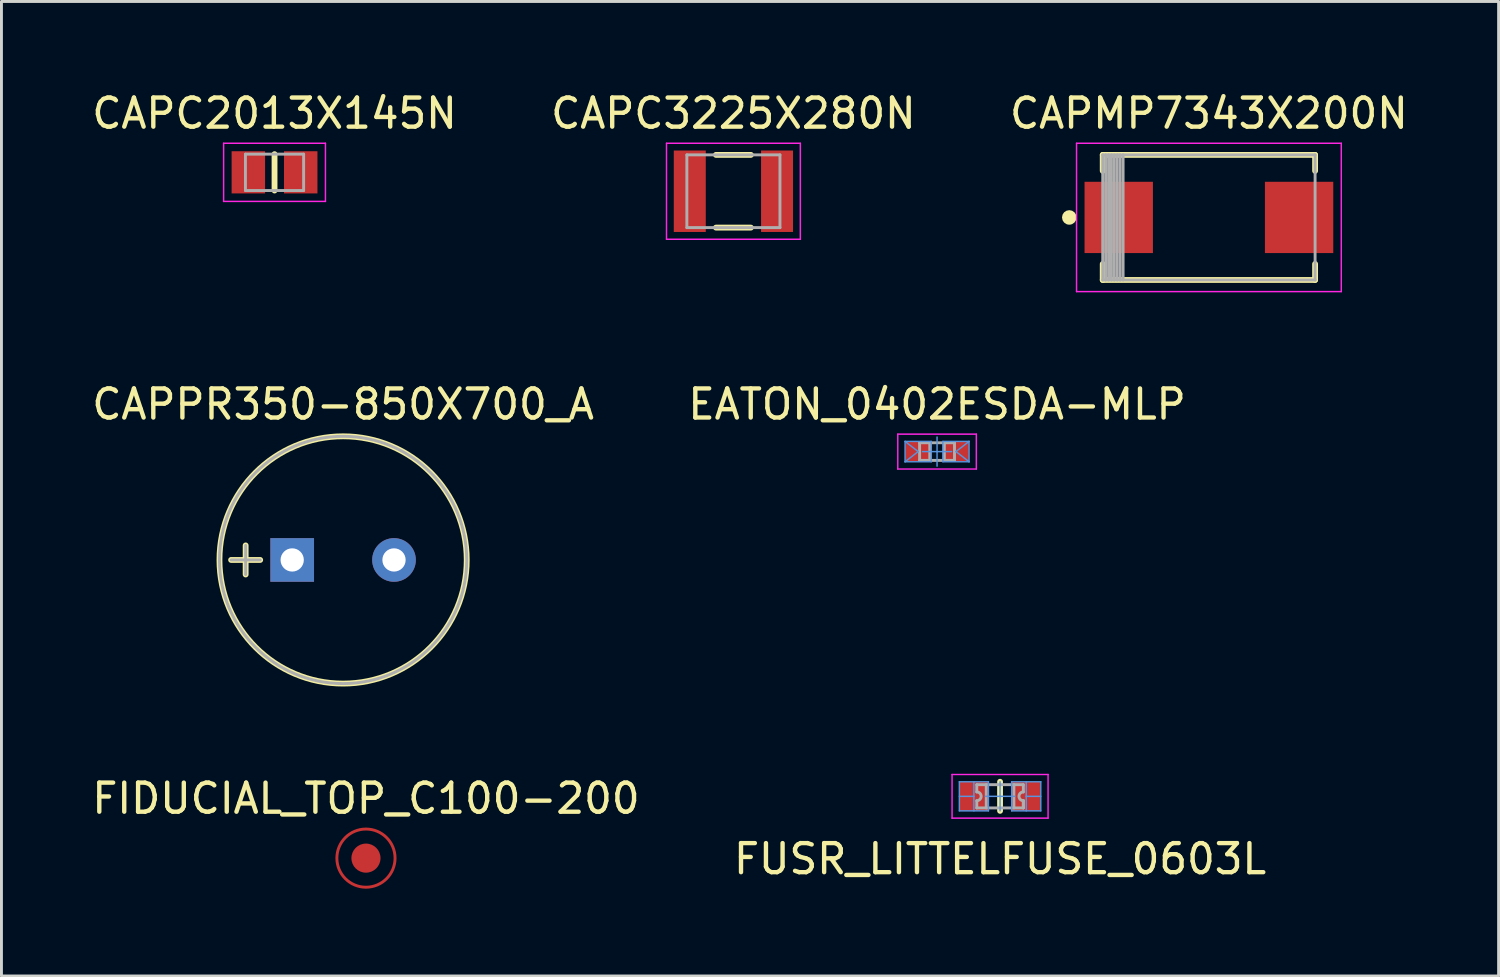
<source format=kicad_pcb>
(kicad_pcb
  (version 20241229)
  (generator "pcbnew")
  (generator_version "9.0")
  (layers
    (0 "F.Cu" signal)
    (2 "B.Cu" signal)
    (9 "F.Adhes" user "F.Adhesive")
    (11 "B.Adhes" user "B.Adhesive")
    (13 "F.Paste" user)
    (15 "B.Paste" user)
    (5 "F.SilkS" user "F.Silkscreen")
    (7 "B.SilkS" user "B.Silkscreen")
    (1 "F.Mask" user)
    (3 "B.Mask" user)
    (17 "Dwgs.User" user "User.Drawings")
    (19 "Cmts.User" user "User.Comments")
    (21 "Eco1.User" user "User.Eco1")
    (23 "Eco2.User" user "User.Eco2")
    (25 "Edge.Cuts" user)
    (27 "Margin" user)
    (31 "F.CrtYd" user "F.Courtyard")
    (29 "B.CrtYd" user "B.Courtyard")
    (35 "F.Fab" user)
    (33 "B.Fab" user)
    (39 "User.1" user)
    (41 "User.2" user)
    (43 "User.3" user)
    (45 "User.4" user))
  (footprint "CAPC2013X145N"
    (layer "F.Cu")
    (at 6.387 2.874)
    (property "Reference" "CAPC2013X145N" (at 0 -2.026 0) (layer "F.SilkS") (effects (font (size 1 1) (thickness 0.15))))
    (attr smd)
    (fp_line (start 0 0.625) (end 0 -0.625) (stroke (width 0.2) (type solid)) (layer "F.SilkS"))
    (fp_line (start -1.75 -1) (end 1.75 -1) (stroke (width 0.05) (type solid)) (layer "F.CrtYd"))
    (fp_line (start -1.75 1) (end -1.75 -1) (stroke (width 0.05) (type solid)) (layer "F.CrtYd"))
    (fp_line (start -1.75 1) (end 1.75 1) (stroke (width 0.05) (type solid)) (layer "F.CrtYd"))
    (fp_line (start 1.75 1) (end 1.75 -1) (stroke (width 0.05) (type solid)) (layer "F.CrtYd"))
    (fp_line (start -1 -0.625) (end 1 -0.625) (stroke (width 0.1) (type solid)) (layer "F.Fab"))
    (fp_line (start -1 0.625) (end -1 -0.625) (stroke (width 0.1) (type solid)) (layer "F.Fab"))
    (fp_line (start -1 0.625) (end 1 0.625) (stroke (width 0.1) (type solid)) (layer "F.Fab"))
    (fp_line (start 1 0.625) (end 1 -0.625) (stroke (width 0.1) (type solid)) (layer "F.Fab"))
    (pad "1" smd rect (at -0.9 0 270) (size 1.45 1.15) (layers "F.Cu" "F.Mask" "F.Paste"))
    (pad "2" smd rect (at 0.9 0 270) (size 1.45 1.15) (layers "F.Cu" "F.Mask" "F.Paste")))
  (footprint "FIDUCIAL_TOP_C100-200"
    (layer "F.Cu")
    (at 9.53 26.448)
    (property "Reference" "FIDUCIAL_TOP_C100-200" (at 0 -2.051 0) (layer "F.SilkS") (effects (font (size 1 1) (thickness 0.15))))
    (attr smd)
    (fp_circle (center 0 0) (end 1 0) (stroke (width 0.1) (type solid)) (fill no) (layer "F.Cu"))
    (pad "FTG2" smd circle (at 0 0 180) (size 1 1) (layers "F.Cu" "F.Mask" "F.Paste")))
  (footprint "CAPC3225X280N"
    (layer "F.Cu")
    (at 22.161 3.524)
    (property "Reference" "CAPC3225X280N" (at 0 -2.676 180) (layer "F.SilkS") (effects (font (size 1 1) (thickness 0.15))))
    (attr smd)
    (fp_line (start -0.6 -1.25) (end 0.6 -1.25) (stroke (width 0.2) (type solid)) (layer "F.SilkS"))
    (fp_line (start -0.6 1.25) (end 0.6 1.25) (stroke (width 0.2) (type solid)) (layer "F.SilkS"))
    (fp_line (start -2.3 -1.65) (end 2.3 -1.65) (stroke (width 0.05) (type solid)) (layer "F.CrtYd"))
    (fp_line (start -2.3 1.65) (end -2.3 -1.65) (stroke (width 0.05) (type solid)) (layer "F.CrtYd"))
    (fp_line (start -2.3 1.65) (end 2.3 1.65) (stroke (width 0.05) (type solid)) (layer "F.CrtYd"))
    (fp_line (start 2.3 1.65) (end 2.3 -1.65) (stroke (width 0.05) (type solid)) (layer "F.CrtYd"))
    (fp_line (start -1.6 -1.25) (end 1.6 -1.25) (stroke (width 0.1) (type solid)) (layer "F.Fab"))
    (fp_line (start -1.6 1.25) (end -1.6 -1.25) (stroke (width 0.1) (type solid)) (layer "F.Fab"))
    (fp_line (start -1.6 1.25) (end 1.6 1.25) (stroke (width 0.1) (type solid)) (layer "F.Fab"))
    (fp_line (start 1.6 1.25) (end 1.6 -1.25) (stroke (width 0.1) (type solid)) (layer "F.Fab"))
    (pad "1" smd rect (at -1.5 0) (size 1.1 2.8) (layers "F.Cu" "F.Mask" "F.Paste"))
    (pad "2" smd rect (at 1.5 0) (size 1.1 2.8) (layers "F.Cu" "F.Mask" "F.Paste")))
  (footprint "EATON_0402ESDA-MLP"
    (layer "F.Cu")
    (at 29.161 12.473)
    (property "Reference" "EATON_0402ESDA-MLP" (at 0 -1.626 180) (layer "F.SilkS") (effects (font (size 1 1) (thickness 0.15))))
    (attr smd)
    (fp_line (start -1.1 -0.35) (end -0.65 0) (stroke (width 0.05) (type solid)) (layer "Cmts.User"))
    (fp_line (start -1.1 -0.35) (end -0.2 -0.35) (stroke (width 0.05) (type solid)) (layer "Cmts.User"))
    (fp_line (start -1.1 0.35) (end -1.1 -0.35) (stroke (width 0.05) (type solid)) (layer "Cmts.User"))
    (fp_line (start -1.1 0.35) (end -0.65 0) (stroke (width 0.05) (type solid)) (layer "Cmts.User"))
    (fp_line (start -1.1 0.35) (end -0.2 0.35) (stroke (width 0.05) (type solid)) (layer "Cmts.User"))
    (fp_line (start -0.5 0) (end 0 0) (stroke (width 0.05) (type solid)) (layer "Cmts.User"))
    (fp_line (start -0.2 0.35) (end -0.2 -0.35) (stroke (width 0.05) (type solid)) (layer "Cmts.User"))
    (fp_line (start 0 0) (end 0 -0.5) (stroke (width 0.05) (type solid)) (layer "Cmts.User"))
    (fp_line (start 0 0) (end 0.5 0) (stroke (width 0.05) (type solid)) (layer "Cmts.User"))
    (fp_line (start 0 0.5) (end 0 0) (stroke (width 0.05) (type solid)) (layer "Cmts.User"))
    (fp_line (start 0.2 -0.35) (end 1.1 -0.35) (stroke (width 0.05) (type solid)) (layer "Cmts.User"))
    (fp_line (start 0.2 0.35) (end 0.2 -0.35) (stroke (width 0.05) (type solid)) (layer "Cmts.User"))
    (fp_line (start 0.2 0.35) (end 1.1 0.35) (stroke (width 0.05) (type solid)) (layer "Cmts.User"))
    (fp_line (start 0.65 0) (end 1.1 -0.35) (stroke (width 0.05) (type solid)) (layer "Cmts.User"))
    (fp_line (start 0.65 0) (end 1.1 0.35) (stroke (width 0.05) (type solid)) (layer "Cmts.User"))
    (fp_line (start 1.1 0.35) (end 1.1 -0.35) (stroke (width 0.05) (type solid)) (layer "Cmts.User"))
    (fp_line (start -1.35 -0.6) (end 1.35 -0.6) (stroke (width 0.05) (type solid)) (layer "F.CrtYd"))
    (fp_line (start -1.35 0.6) (end -1.35 -0.6) (stroke (width 0.05) (type solid)) (layer "F.CrtYd"))
    (fp_line (start -1.35 0.6) (end 1.35 0.6) (stroke (width 0.05) (type solid)) (layer "F.CrtYd"))
    (fp_line (start 1.35 0.6) (end 1.35 -0.6) (stroke (width 0.05) (type solid)) (layer "F.CrtYd"))
    (fp_line (start -0.6 -0.303) (end 0.6 -0.303) (stroke (width 0.1) (type solid)) (layer "F.Fab"))
    (fp_line (start -0.6 0.303) (end -0.6 -0.303) (stroke (width 0.1) (type solid)) (layer "F.Fab"))
    (fp_line (start -0.6 0.303) (end 0.6 0.303) (stroke (width 0.1) (type solid)) (layer "F.Fab"))
    (fp_line (start -0.25 0.303) (end -0.25 -0.303) (stroke (width 0.1) (type solid)) (layer "F.Fab"))
    (fp_line (start 0.25 0.303) (end 0.25 -0.303) (stroke (width 0.1) (type solid)) (layer "F.Fab"))
    (fp_line (start 0.6 0.303) (end 0.6 -0.303) (stroke (width 0.1) (type solid)) (layer "F.Fab"))
    (pad "1" smd rect (at -0.65 0) (size 0.9 0.7) (layers "F.Cu" "F.Mask" "F.Paste"))
    (pad "2" smd rect (at 0.65 0) (size 0.9 0.7) (layers "F.Cu" "F.Mask" "F.Paste")))
  (footprint "CAPMP7343X200N"
    (layer "F.Cu")
    (at 38.506 4.424)
    (property "Reference" "CAPMP7343X200N" (at 0 -3.576 180) (layer "F.SilkS") (effects (font (size 1 1) (thickness 0.15))))
    (attr smd)
    (fp_line (start -3.65 -2.15) (end 3.65 -2.15) (stroke (width 0.2) (type solid)) (layer "F.SilkS"))
    (fp_line (start -3.65 -1.6) (end -3.65 -2.15) (stroke (width 0.2) (type solid)) (layer "F.SilkS"))
    (fp_line (start -3.65 2.15) (end -3.65 1.6) (stroke (width 0.2) (type solid)) (layer "F.SilkS"))
    (fp_line (start -3.65 2.15) (end 3.65 2.15) (stroke (width 0.2) (type solid)) (layer "F.SilkS"))
    (fp_line (start 3.65 -1.6) (end 3.65 -2.15) (stroke (width 0.2) (type solid)) (layer "F.SilkS"))
    (fp_line (start 3.65 2.15) (end 3.65 1.6) (stroke (width 0.2) (type solid)) (layer "F.SilkS"))
    (fp_circle (center -4.8 0) (end -4.675 0) (stroke (width 0.25) (type solid)) (fill no) (layer "F.SilkS"))
    (fp_line (start -4.55 -2.55) (end 4.55 -2.55) (stroke (width 0.05) (type solid)) (layer "F.CrtYd"))
    (fp_line (start -4.55 2.55) (end -4.55 -2.55) (stroke (width 0.05) (type solid)) (layer "F.CrtYd"))
    (fp_line (start -4.55 2.55) (end 4.55 2.55) (stroke (width 0.05) (type solid)) (layer "F.CrtYd"))
    (fp_line (start 4.55 2.55) (end 4.55 -2.55) (stroke (width 0.05) (type solid)) (layer "F.CrtYd"))
    (fp_line (start -3.65 -2.15) (end 3.65 -2.15) (stroke (width 0.1) (type solid)) (layer "F.Fab"))
    (fp_line (start -3.65 2.15) (end -3.65 -2.15) (stroke (width 0.1) (type solid)) (layer "F.Fab"))
    (fp_line (start -3.65 2.15) (end 3.65 2.15) (stroke (width 0.1) (type solid)) (layer "F.Fab"))
    (fp_line (start -3.55 2.15) (end -3.55 -2.15) (stroke (width 0.1) (type solid)) (layer "F.Fab"))
    (fp_line (start -3.45 2.15) (end -3.45 -2.15) (stroke (width 0.1) (type solid)) (layer "F.Fab"))
    (fp_line (start -3.35 2.15) (end -3.35 -2.15) (stroke (width 0.1) (type solid)) (layer "F.Fab"))
    (fp_line (start -3.25 2.15) (end -3.25 -2.15) (stroke (width 0.1) (type solid)) (layer "F.Fab"))
    (fp_line (start -3.15 2.15) (end -3.15 -2.15) (stroke (width 0.1) (type solid)) (layer "F.Fab"))
    (fp_line (start -3.05 2.15) (end -3.05 -2.15) (stroke (width 0.1) (type solid)) (layer "F.Fab"))
    (fp_line (start -2.95 2.15) (end -2.95 -2.15) (stroke (width 0.1) (type solid)) (layer "F.Fab"))
    (fp_line (start 3.65 2.15) (end 3.65 -2.15) (stroke (width 0.1) (type solid)) (layer "F.Fab"))
    (pad "1" smd rect (at -3.1 0 90) (size 2.45 2.35) (layers "F.Cu" "F.Mask" "F.Paste"))
    (pad "2" smd rect (at 3.1 0 90) (size 2.45 2.35) (layers "F.Cu" "F.Mask" "F.Paste")))
  (footprint "CAPPR350-850X700_A"
    (layer "F.Cu")
    (at 8.744 16.198)
    (property "Reference" "CAPPR350-850X700_A" (at 0 -5.351 0) (layer "F.SilkS") (effects (font (size 1 1) (thickness 0.15))))
    (attr through_hole)
    (fp_line (start -3.85 0) (end -2.85 0) (stroke (width 0.2) (type solid)) (layer "F.SilkS"))
    (fp_line (start -3.35 0.5) (end -3.35 -0.5) (stroke (width 0.2) (type solid)) (layer "F.SilkS"))
    (fp_circle (center 0 0) (end 4.25 0) (stroke (width 0.2) (type solid)) (fill no) (layer "F.SilkS"))
    (fp_line (start -1.975 0) (end -1.75 0) (stroke (width 0.1) (type solid)) (layer "Cmts.User"))
    (fp_line (start -1.75 0.225) (end -1.75 0) (stroke (width 0.1) (type solid)) (layer "Cmts.User"))
    (fp_line (start 1.525 0) (end 1.75 0) (stroke (width 0.1) (type solid)) (layer "Cmts.User"))
    (fp_line (start 1.75 0.225) (end 1.75 0) (stroke (width 0.1) (type solid)) (layer "Cmts.User"))
    (fp_circle (center -1.75 0) (end -1.525 0) (stroke (width 0.1) (type solid)) (fill no) (layer "Cmts.User"))
    (fp_circle (center 1.75 0) (end 1.975 0) (stroke (width 0.1) (type solid)) (fill no) (layer "Cmts.User"))
    (fp_line (start -3.85 0) (end -2.85 0) (stroke (width 0.1) (type solid)) (layer "F.Fab"))
    (fp_line (start -3.35 0.5) (end -3.35 -0.5) (stroke (width 0.1) (type solid)) (layer "F.Fab"))
    (fp_circle (center 0 0) (end 4.25 0) (stroke (width 0.1) (type solid)) (fill no) (layer "F.Fab"))
    (pad "1" thru_hole rect (at -1.75 0) (size 1.5 1.5) (drill 0.8) (layers "*.Cu" "*.Mask"))
    (pad "2" thru_hole circle (at 1.75 0) (size 1.5 1.5) (drill 0.8) (layers "*.Cu" "*.Mask")))
  (footprint "FUSR_LITTELFUSE_0603L"
    (layer "F.Cu")
    (at 31.327 24.323)
    (property "Reference" "FUSR_LITTELFUSE_0603L" (at 0 2.153 180) (layer "F.SilkS") (effects (font (size 1 1) (thickness 0.15))))
    (attr smd)
    (fp_line (start 0 0.5) (end 0 -0.5) (stroke (width 0.2) (type solid)) (layer "F.SilkS"))
    (fp_line (start -1.4 -0.5) (end -0.4 -0.5) (stroke (width 0.05) (type solid)) (layer "Cmts.User"))
    (fp_line (start -1.4 0) (end -0.9 0) (stroke (width 0.05) (type solid)) (layer "Cmts.User"))
    (fp_line (start -1.4 0.5) (end -1.4 -0.5) (stroke (width 0.05) (type solid)) (layer "Cmts.User"))
    (fp_line (start -1.4 0.5) (end -0.4 0.5) (stroke (width 0.05) (type solid)) (layer "Cmts.User"))
    (fp_line (start -0.9 0) (end -0.9 -0.5) (stroke (width 0.05) (type solid)) (layer "Cmts.User"))
    (fp_line (start -0.9 0.5) (end -0.9 0) (stroke (width 0.05) (type solid)) (layer "Cmts.User"))
    (fp_line (start -0.5 0) (end 0 0) (stroke (width 0.05) (type solid)) (layer "Cmts.User"))
    (fp_line (start -0.4 0.5) (end -0.4 -0.5) (stroke (width 0.05) (type solid)) (layer "Cmts.User"))
    (fp_line (start 0 0) (end 0 -0.5) (stroke (width 0.05) (type solid)) (layer "Cmts.User"))
    (fp_line (start 0 0) (end 0.5 0) (stroke (width 0.05) (type solid)) (layer "Cmts.User"))
    (fp_line (start 0 0.5) (end 0 0) (stroke (width 0.05) (type solid)) (layer "Cmts.User"))
    (fp_line (start 0.4 -0.5) (end 1.4 -0.5) (stroke (width 0.05) (type solid)) (layer "Cmts.User"))
    (fp_line (start 0.4 0.5) (end 0.4 -0.5) (stroke (width 0.05) (type solid)) (layer "Cmts.User"))
    (fp_line (start 0.4 0.5) (end 1.4 0.5) (stroke (width 0.05) (type solid)) (layer "Cmts.User"))
    (fp_line (start 0.9 0) (end 0.9 -0.5) (stroke (width 0.05) (type solid)) (layer "Cmts.User"))
    (fp_line (start 0.9 0) (end 1.4 0) (stroke (width 0.05) (type solid)) (layer "Cmts.User"))
    (fp_line (start 0.9 0.5) (end 0.9 0) (stroke (width 0.05) (type solid)) (layer "Cmts.User"))
    (fp_line (start 1.4 0.5) (end 1.4 -0.5) (stroke (width 0.05) (type solid)) (layer "Cmts.User"))
    (fp_line (start -1.65 -0.75) (end 1.65 -0.75) (stroke (width 0.05) (type solid)) (layer "F.CrtYd"))
    (fp_line (start -1.65 0.75) (end -1.65 -0.75) (stroke (width 0.05) (type solid)) (layer "F.CrtYd"))
    (fp_line (start -1.65 0.75) (end 1.65 0.75) (stroke (width 0.05) (type solid)) (layer "F.CrtYd"))
    (fp_line (start 1.65 0.75) (end 1.65 -0.75) (stroke (width 0.05) (type solid)) (layer "F.CrtYd"))
    (fp_line (start -0.8 -0.4) (end 0.8 -0.4) (stroke (width 0.1) (type solid)) (layer "F.Fab"))
    (fp_line (start -0.8 -0.15) (end -0.8 -0.4) (stroke (width 0.1) (type solid)) (layer "F.Fab"))
    (fp_line (start -0.8 0.4) (end -0.8 0.15) (stroke (width 0.1) (type solid)) (layer "F.Fab"))
    (fp_line (start -0.8 0.4) (end 0.8 0.4) (stroke (width 0.1) (type solid)) (layer "F.Fab"))
    (fp_line (start -0.475 0.4) (end -0.475 -0.4) (stroke (width 0.1) (type solid)) (layer "F.Fab"))
    (fp_line (start 0.475 0.4) (end 0.475 -0.4) (stroke (width 0.1) (type solid)) (layer "F.Fab"))
    (fp_line (start 0.8 -0.15) (end 0.8 -0.4) (stroke (width 0.1) (type solid)) (layer "F.Fab"))
    (fp_line (start 0.8 0.4) (end 0.8 0.15) (stroke (width 0.1) (type solid)) (layer "F.Fab"))
    (fp_line (start 0.8 0.4) (end 0.8 0.15) (stroke (width 0.1) (type solid)) (layer "F.Fab"))
    (fp_arc (start -0.8 -0.15) (mid -0.65 0) (end -0.8 0.15) (stroke (width 0.1) (type solid)) (layer "F.Fab"))
    (fp_arc (start 0.8 0.15) (mid 0.65 0) (end 0.8 -0.15) (stroke (width 0.1) (type solid)) (layer "F.Fab"))
    (pad "1" smd rect (at -0.9 0) (size 1 1) (layers "F.Cu" "F.Mask" "F.Paste"))
    (pad "2" smd rect (at 0.9 0) (size 1 1) (layers "F.Cu" "F.Mask" "F.Paste")))
  (gr_rect
    (start -3 -3)
    (end 48.464 30.498)
    (stroke (width 0.1) (type default))
    (fill no)
    (layer "Edge.Cuts")))
</source>
